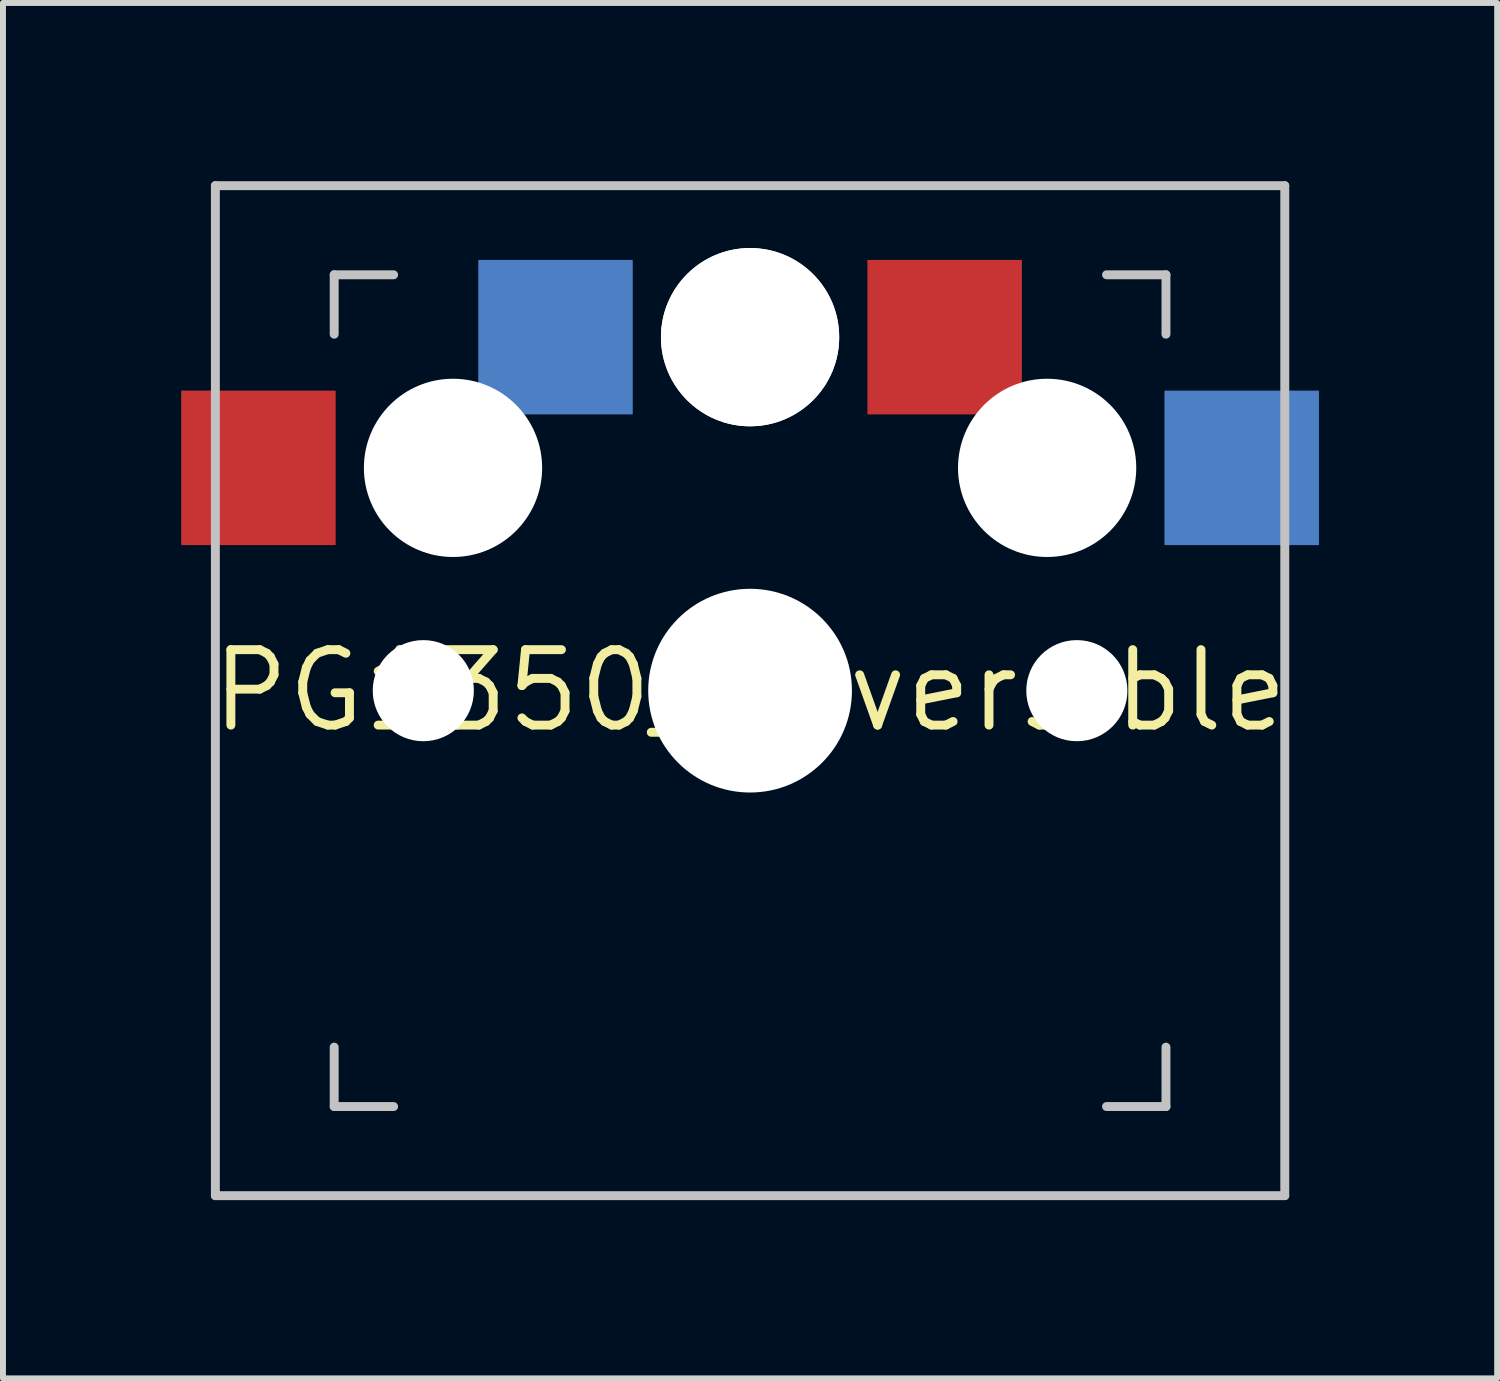
<source format=kicad_pcb>
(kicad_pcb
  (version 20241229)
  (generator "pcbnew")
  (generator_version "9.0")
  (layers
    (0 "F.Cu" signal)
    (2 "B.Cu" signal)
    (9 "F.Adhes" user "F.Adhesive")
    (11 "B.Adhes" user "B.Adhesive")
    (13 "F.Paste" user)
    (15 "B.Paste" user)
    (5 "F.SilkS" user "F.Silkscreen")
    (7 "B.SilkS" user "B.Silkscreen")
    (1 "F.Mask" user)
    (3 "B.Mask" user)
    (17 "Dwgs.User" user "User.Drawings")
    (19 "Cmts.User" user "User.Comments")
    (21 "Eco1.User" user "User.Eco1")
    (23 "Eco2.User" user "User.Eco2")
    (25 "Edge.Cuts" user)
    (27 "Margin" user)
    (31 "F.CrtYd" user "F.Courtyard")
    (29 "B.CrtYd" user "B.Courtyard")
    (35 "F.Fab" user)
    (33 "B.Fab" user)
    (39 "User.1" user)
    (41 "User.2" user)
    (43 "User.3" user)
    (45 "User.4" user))
  (footprint "PG1350_Reversible"
    (layer "F.Cu")
    (at 9.575 8.575)
    (property "Reference" "PG1350_Reversible" (at 0 0 0) (layer "F.SilkS") (effects (font (size 1.27 1.27) (thickness 0.15))))
    (attr through_hole)
    (fp_line (start -9 -8.5) (end 9 -8.5) (stroke (width 0.15) (type solid)) (layer "Dwgs.User"))
    (fp_line (start -9 8.5) (end -9 -8.5) (stroke (width 0.15) (type solid)) (layer "Dwgs.User"))
    (fp_line (start -7 -6) (end -7 -7) (stroke (width 0.15) (type solid)) (layer "Dwgs.User"))
    (fp_line (start -7 7) (end -7 6) (stroke (width 0.15) (type solid)) (layer "Dwgs.User"))
    (fp_line (start -7 7) (end -6 7) (stroke (width 0.15) (type solid)) (layer "Dwgs.User"))
    (fp_line (start -6 -7) (end -7 -7) (stroke (width 0.15) (type solid)) (layer "Dwgs.User"))
    (fp_line (start 6 7) (end 7 7) (stroke (width 0.15) (type solid)) (layer "Dwgs.User"))
    (fp_line (start 7 -7) (end 6 -7) (stroke (width 0.15) (type solid)) (layer "Dwgs.User"))
    (fp_line (start 7 -7) (end 7 -6) (stroke (width 0.15) (type solid)) (layer "Dwgs.User"))
    (fp_line (start 7 6) (end 7 7) (stroke (width 0.15) (type solid)) (layer "Dwgs.User"))
    (fp_line (start 9 -8.5) (end 9 8.5) (stroke (width 0.15) (type solid)) (layer "Dwgs.User"))
    (fp_line (start 9 8.5) (end -9 8.5) (stroke (width 0.15) (type solid)) (layer "Dwgs.User"))
    (pad "" np_thru_hole circle (at -5.5 0) (size 1.702 1.702) (drill 1.702) (layers "*.Cu" "*.Mask"))
    (pad "" np_thru_hole circle (at -5 -3.75) (size 3 3) (drill 3) (layers "*.Cu" "*.Mask"))
    (pad "" np_thru_hole circle (at 0 -5.95) (size 3 3) (drill 3) (layers "*.Cu" "*.Mask"))
    (pad "" np_thru_hole circle (at 0 -5.95) (size 3 3) (drill 3) (layers "*.Cu" "*.Mask"))
    (pad "" np_thru_hole circle (at 0 0) (size 3.429 3.429) (drill 3.429) (layers "*.Cu" "*.Mask"))
    (pad "" np_thru_hole circle (at 5 -3.75) (size 3 3) (drill 3) (layers "*.Cu" "*.Mask"))
    (pad "" np_thru_hole circle (at 5.5 0) (size 1.702 1.702) (drill 1.702) (layers "*.Cu" "*.Mask"))
    (pad "1" smd rect (at -3.275 -5.95) (size 2.6 2.6) (layers "B.Cu" "B.Mask" "B.Paste"))
    (pad "1" smd rect (at 3.275 -5.95) (size 2.6 2.6) (layers "F.Cu" "F.Mask" "F.Paste"))
    (pad "2" smd rect (at -8.275 -3.75) (size 2.6 2.6) (layers "F.Cu" "F.Mask" "F.Paste"))
    (pad "2" smd rect (at 8.275 -3.75) (size 2.6 2.6) (layers "B.Cu" "B.Mask" "B.Paste")))
  (gr_rect
    (start -3 -3)
    (end 22.15 20.15)
    (stroke (width 0.1) (type default))
    (fill no)
    (layer "Edge.Cuts")))
</source>
